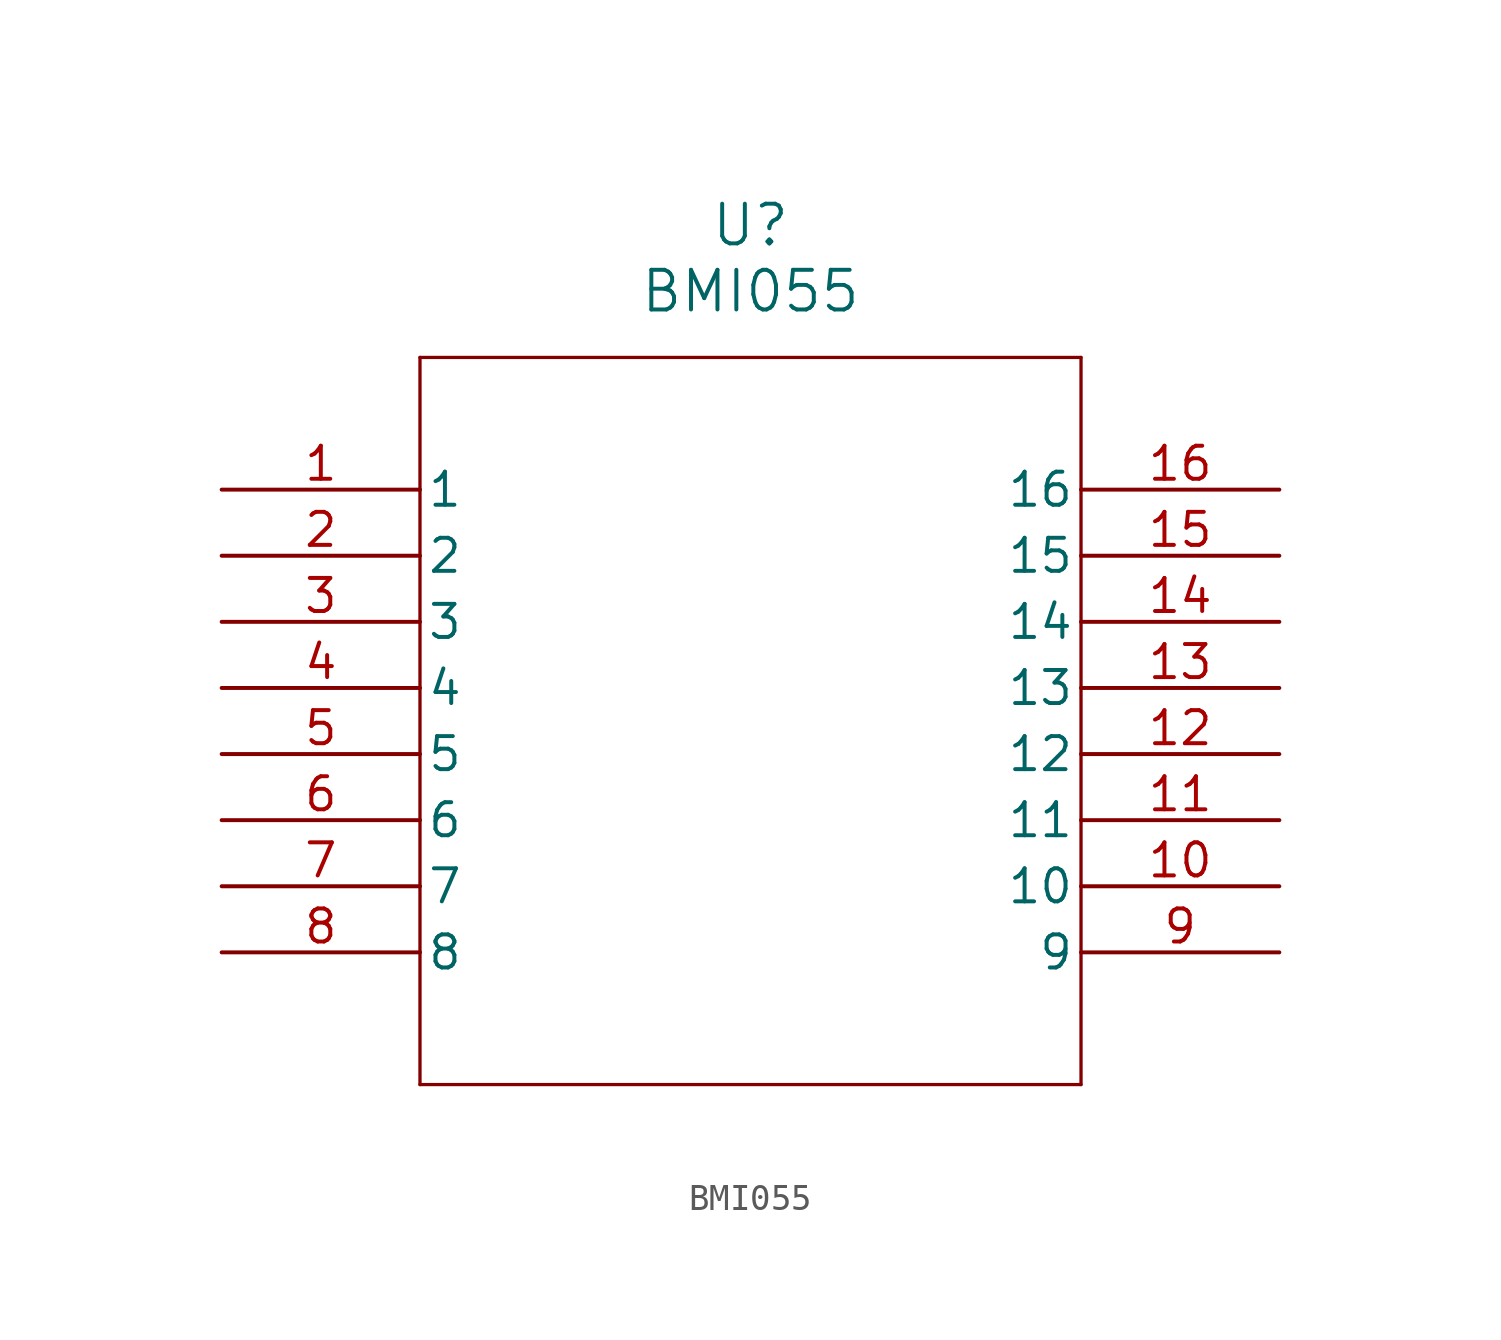
<source format=kicad_sym>
(kicad_symbol_lib
  (version 20211014)
  (generator kicad_symbol_editor)
  (symbol "BMI055"
    (pin_names
      (offset 0.254))
    (property "Reference" "U"
      (at 20.32 10.16 0)
      (effects (font (size 1.524 1.524))))
    (property "Value" "BMI055"
      (at 20.32 7.62 0)
      (effects (font (size 1.524 1.524))))
    (symbol "BMI055_0_1"
      (polyline (pts (xy 7.62 5.08) (xy 7.62 -22.86)) (stroke (width 0.127) (type default) (color 0 0 0 0)) (fill (type none)))
      (polyline (pts (xy 7.62 -22.86) (xy 33.02 -22.86)) (stroke (width 0.127) (type default) (color 0 0 0 0)) (fill (type none)))
      (polyline (pts (xy 33.02 -22.86) (xy 33.02 5.08)) (stroke (width 0.127) (type default) (color 0 0 0 0)) (fill (type none)))
      (polyline (pts (xy 33.02 5.08) (xy 7.62 5.08)) (stroke (width 0.127) (type default) (color 0 0 0 0)) (fill (type none)))
      (pin unspecified line (at 0 0 0) (length 7.62) (name "1" (effects (font (size 1.27 1.27)))) (number "1" (effects (font (size 1.27 1.27)))))
      (pin unspecified line (at 0 -2.54 0) (length 7.62) (name "2" (effects (font (size 1.27 1.27)))) (number "2" (effects (font (size 1.27 1.27)))))
      (pin unspecified line (at 0 -5.08 0) (length 7.62) (name "3" (effects (font (size 1.27 1.27)))) (number "3" (effects (font (size 1.27 1.27)))))
      (pin unspecified line (at 0 -7.62 0) (length 7.62) (name "4" (effects (font (size 1.27 1.27)))) (number "4" (effects (font (size 1.27 1.27)))))
      (pin unspecified line (at 0 -10.16 0) (length 7.62) (name "5" (effects (font (size 1.27 1.27)))) (number "5" (effects (font (size 1.27 1.27)))))
      (pin unspecified line (at 0 -12.7 0) (length 7.62) (name "6" (effects (font (size 1.27 1.27)))) (number "6" (effects (font (size 1.27 1.27)))))
      (pin unspecified line (at 0 -15.24 0) (length 7.62) (name "7" (effects (font (size 1.27 1.27)))) (number "7" (effects (font (size 1.27 1.27)))))
      (pin unspecified line (at 0 -17.78 0) (length 7.62) (name "8" (effects (font (size 1.27 1.27)))) (number "8" (effects (font (size 1.27 1.27)))))
      (pin unspecified line (at 40.64 -17.78 180) (length 7.62) (name "9" (effects (font (size 1.27 1.27)))) (number "9" (effects (font (size 1.27 1.27)))))
      (pin unspecified line (at 40.64 -15.24 180) (length 7.62) (name "10" (effects (font (size 1.27 1.27)))) (number "10" (effects (font (size 1.27 1.27)))))
      (pin unspecified line (at 40.64 -12.7 180) (length 7.62) (name "11" (effects (font (size 1.27 1.27)))) (number "11" (effects (font (size 1.27 1.27)))))
      (pin unspecified line (at 40.64 -10.16 180) (length 7.62) (name "12" (effects (font (size 1.27 1.27)))) (number "12" (effects (font (size 1.27 1.27)))))
      (pin unspecified line (at 40.64 -7.62 180) (length 7.62) (name "13" (effects (font (size 1.27 1.27)))) (number "13" (effects (font (size 1.27 1.27)))))
      (pin unspecified line (at 40.64 -5.08 180) (length 7.62) (name "14" (effects (font (size 1.27 1.27)))) (number "14" (effects (font (size 1.27 1.27)))))
      (pin unspecified line (at 40.64 -2.54 180) (length 7.62) (name "15" (effects (font (size 1.27 1.27)))) (number "15" (effects (font (size 1.27 1.27)))))
      (pin unspecified line (at 40.64 0 180) (length 7.62) (name "16" (effects (font (size 1.27 1.27)))) (number "16" (effects (font (size 1.27 1.27))))))))
</source>
